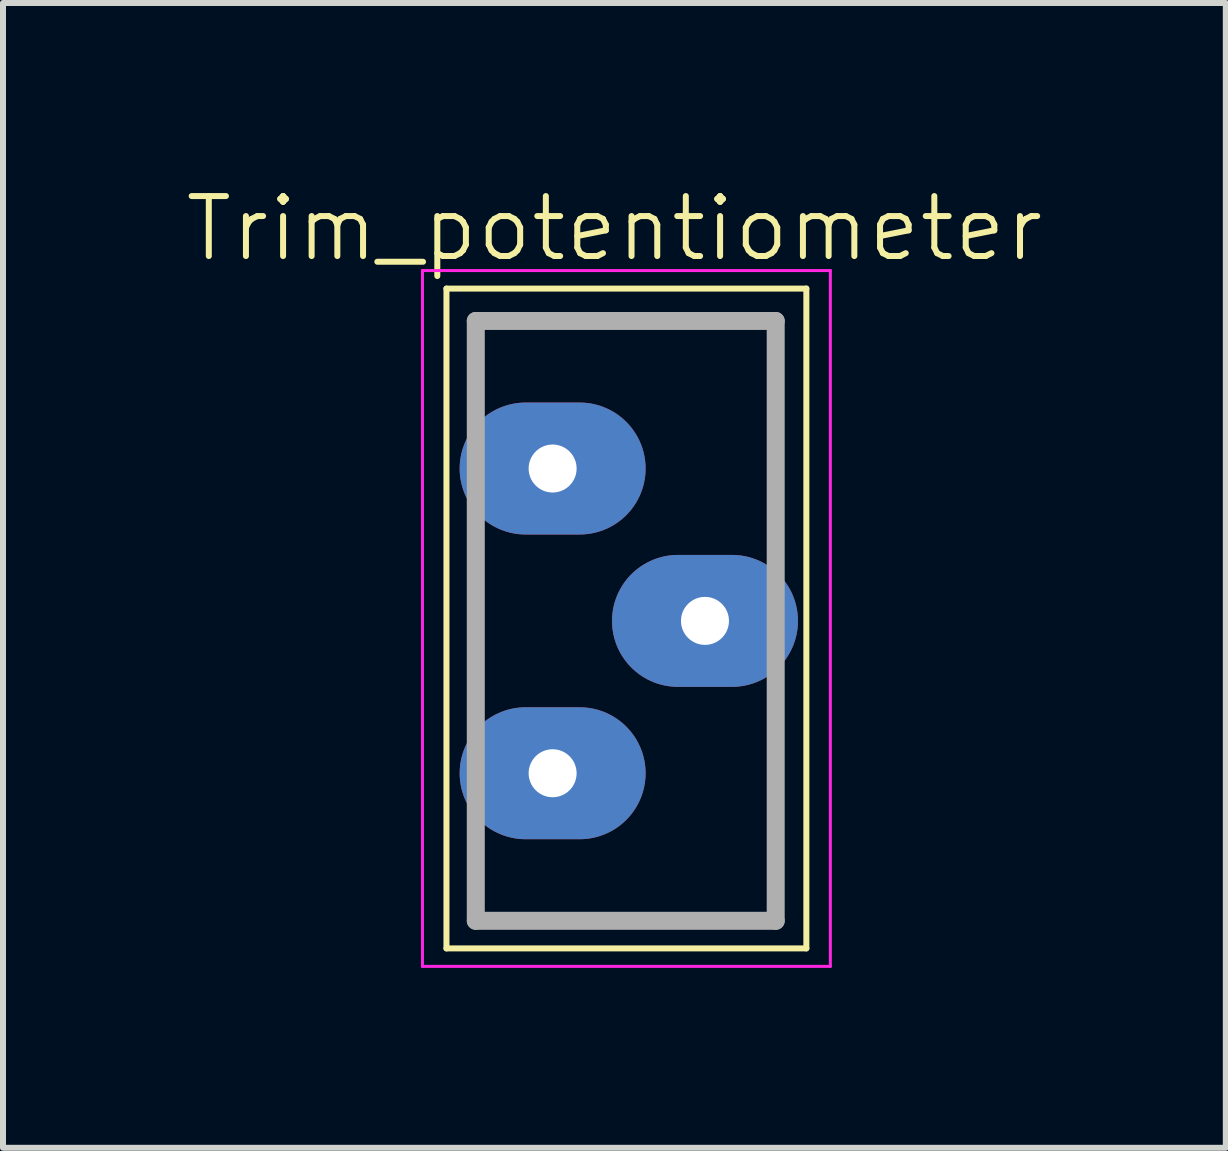
<source format=kicad_pcb>
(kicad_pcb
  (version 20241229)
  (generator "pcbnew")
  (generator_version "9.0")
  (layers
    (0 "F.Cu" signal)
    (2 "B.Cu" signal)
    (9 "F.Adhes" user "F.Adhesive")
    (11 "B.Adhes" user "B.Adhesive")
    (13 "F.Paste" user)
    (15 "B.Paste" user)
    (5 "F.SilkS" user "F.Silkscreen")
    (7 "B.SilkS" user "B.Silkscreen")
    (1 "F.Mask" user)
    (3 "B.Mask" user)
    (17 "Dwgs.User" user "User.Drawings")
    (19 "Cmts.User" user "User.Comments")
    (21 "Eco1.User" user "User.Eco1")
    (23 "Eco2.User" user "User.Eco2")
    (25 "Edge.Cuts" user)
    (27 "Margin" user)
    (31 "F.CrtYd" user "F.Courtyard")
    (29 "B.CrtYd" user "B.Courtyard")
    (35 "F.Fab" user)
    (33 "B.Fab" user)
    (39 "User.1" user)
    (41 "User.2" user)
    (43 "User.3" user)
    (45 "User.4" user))
  (footprint "Trim_potentiometer"
    (layer "F.Cu")
    (at 7.393 4.761)
    (property "Reference" "Trim_potentiometer" (at -0.2 -4 0) (unlocked yes) (layer "F.SilkS") (effects (font (size 1 1) (thickness 0.1))))
    (attr through_hole)
    (fp_line (start -3 -3) (end 3 -3) (stroke (width 0.1) (type default)) (layer "F.SilkS"))
    (fp_line (start -3 8) (end -3 -3) (stroke (width 0.1) (type default)) (layer "F.SilkS"))
    (fp_line (start 3 -3) (end 3 8) (stroke (width 0.1) (type default)) (layer "F.SilkS"))
    (fp_line (start 3 8) (end -3 8) (stroke (width 0.1) (type default)) (layer "F.SilkS"))
    (fp_line (start -3.4 -3.3) (end 3.4 -3.3) (stroke (width 0.05) (type default)) (layer "F.CrtYd"))
    (fp_line (start -3.4 8.3) (end -3.4 -3.3) (stroke (width 0.05) (type default)) (layer "F.CrtYd"))
    (fp_line (start 3.4 -3.3) (end 3.4 8.3) (stroke (width 0.05) (type default)) (layer "F.CrtYd"))
    (fp_line (start 3.4 8.3) (end -3.4 8.3) (stroke (width 0.05) (type default)) (layer "F.CrtYd"))
    (fp_line (start -2.511 -2.46) (end -2.511 7.54) (stroke (width 0.3) (type default)) (layer "F.Fab"))
    (fp_line (start -2.511 -2.46) (end 2.489 -2.46) (stroke (width 0.3) (type default)) (layer "F.Fab"))
    (fp_line (start -2.511 7.54) (end 2.489 7.54) (stroke (width 0.3) (type default)) (layer "F.Fab"))
    (fp_line (start 2.489 -2.46) (end 2.489 7.54) (stroke (width 0.3) (type default)) (layer "F.Fab"))
    (pad "1" thru_hole oval (at -1.23 0 270) (size 2.2 3.1) (drill 0.8) (layers "*.Cu" "*.Mask"))
    (pad "2" thru_hole oval (at 1.31 2.54 270) (size 2.2 3.1) (drill 0.8) (layers "*.Cu" "*.Mask"))
    (pad "3" thru_hole oval (at -1.23 5.08 270) (size 2.2 3.1) (drill 0.8) (layers "*.Cu" "*.Mask")))
  (gr_rect
    (start -3 -3)
    (end 17.386 16.085)
    (stroke (width 0.1) (type default))
    (fill no)
    (layer "Edge.Cuts")))
</source>
